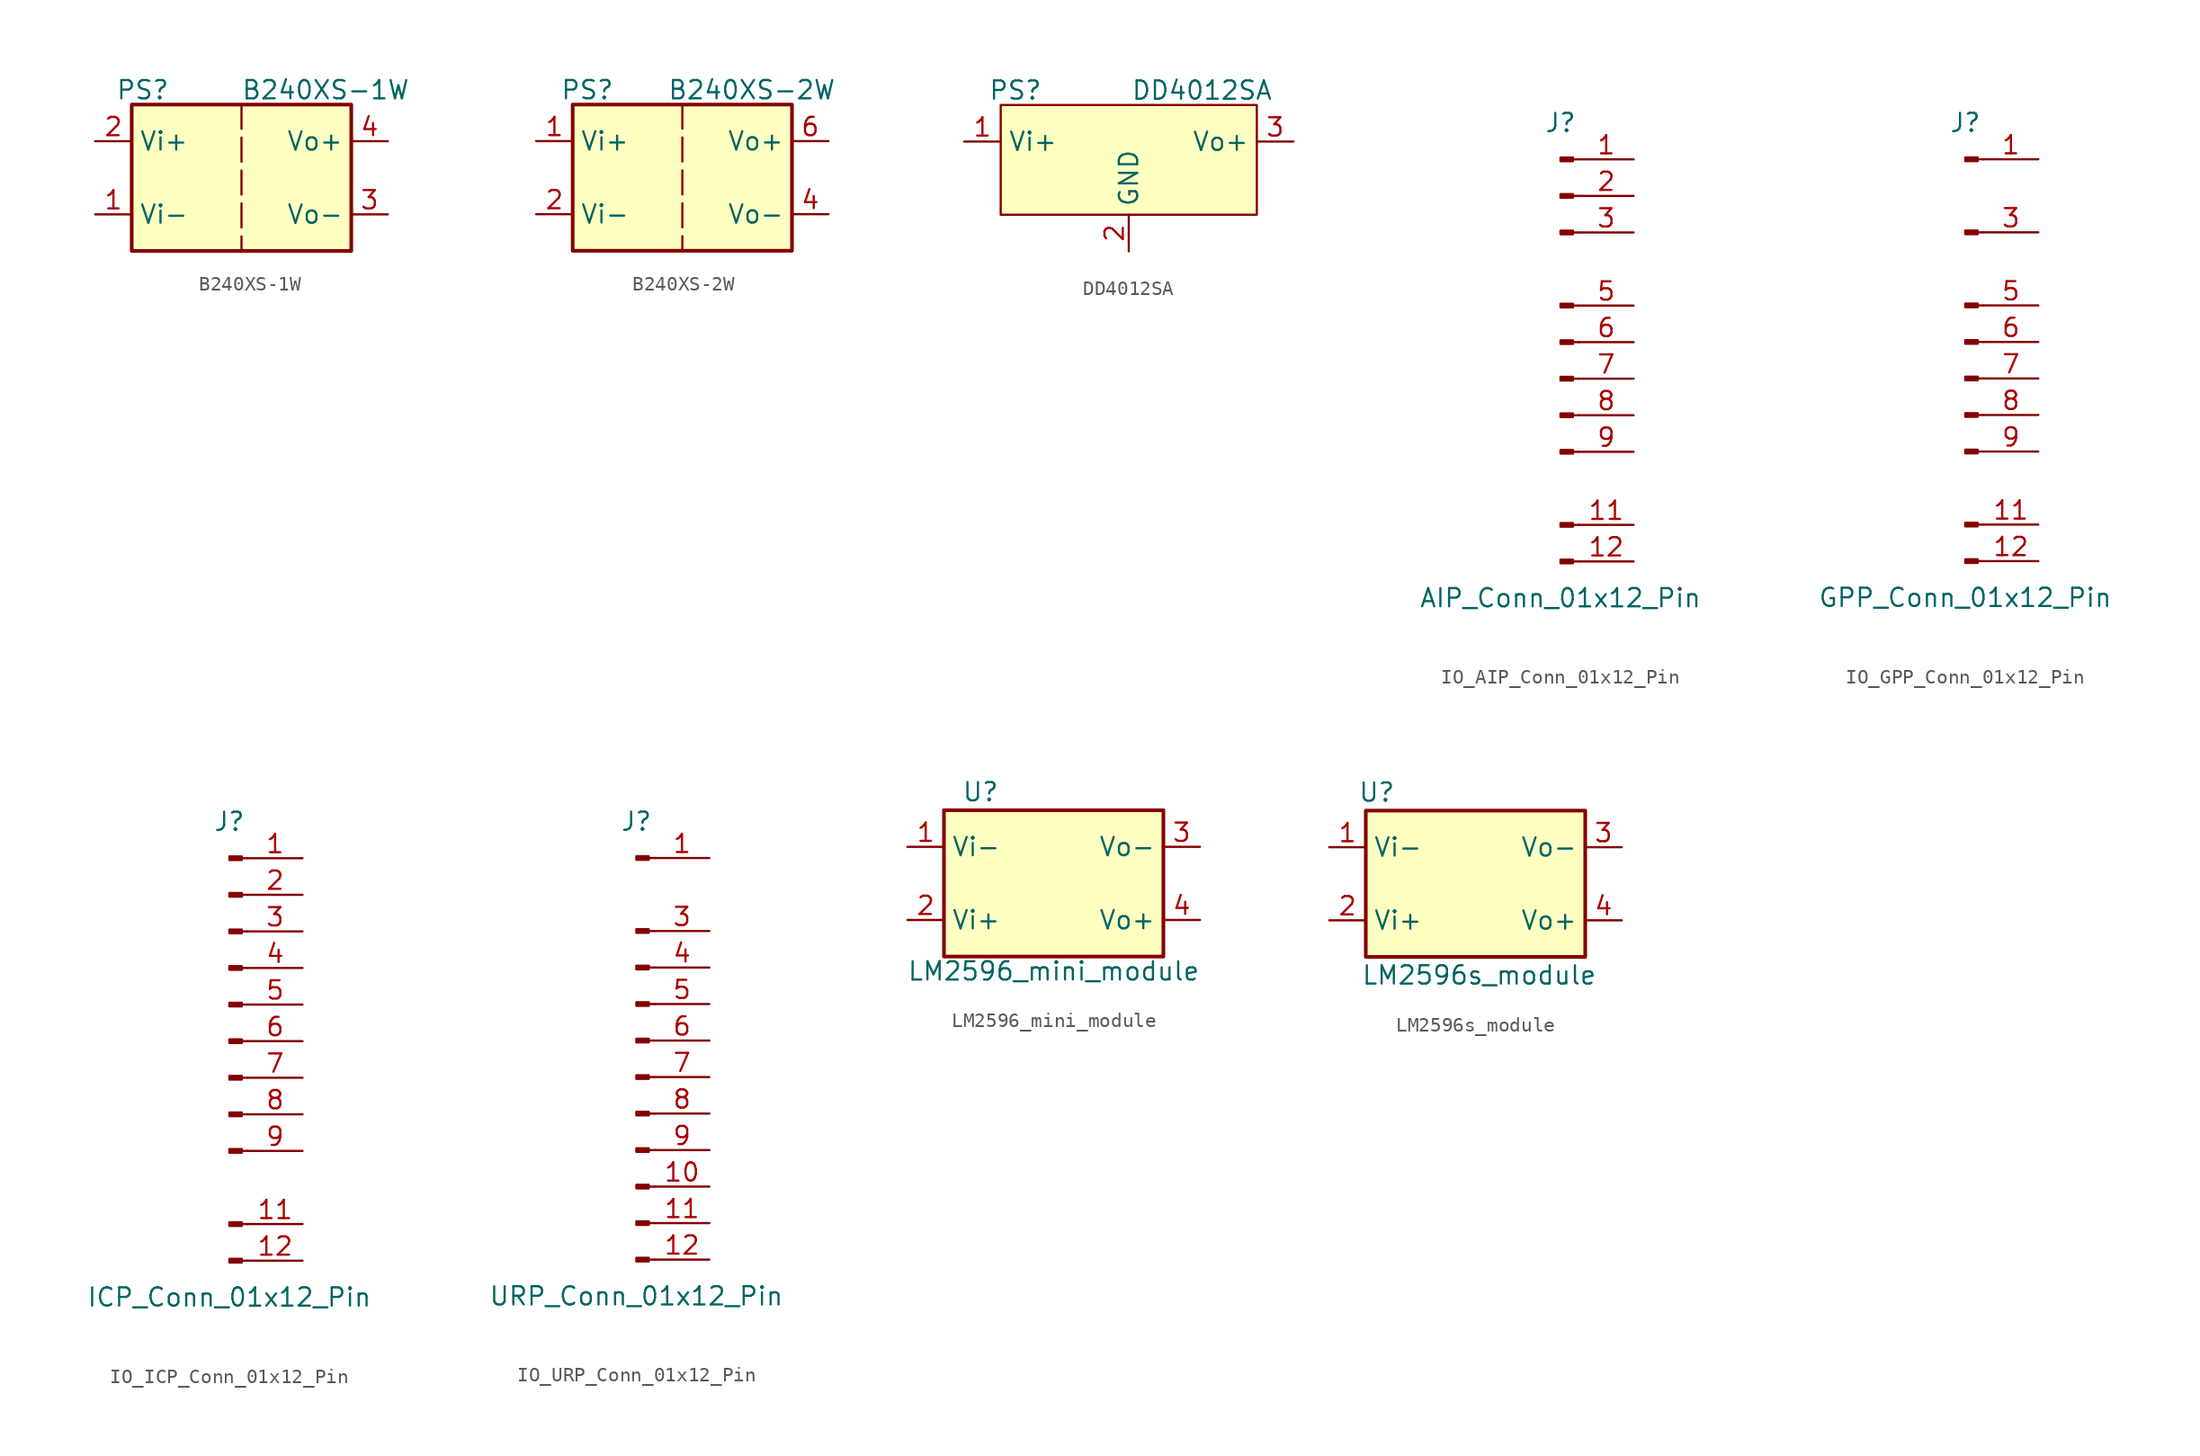
<source format=kicad_sym>
(kicad_symbol_lib
  (version 20241209)
  (generator "kicad_symbol_editor")
  (generator_version "9.0")
  (symbol "B240XS-1W"
    (property "Reference" "PS"
      (at -6.858 6.096 0)
      (effects (font (size 1.27 1.27))))
    (property "Value" "B240XS-1W"
      (at 5.842 6.096 0)
      (effects (font (size 1.27 1.27))))
    (symbol "B240XS-1W_1_1"
      (rectangle (start -7.62 5.08) (end 7.62 -5.08) (stroke (width 0.254) (type solid)) (fill (type background)))
      (polyline (pts (xy 0 5.08) (xy 0 -5.08)) (stroke (width 0) (type dash)) (fill (type none)))
      (pin power_in line (at -10.16 2.54 0) (length 2.54) (name "Vi+" (effects (font (size 1.27 1.27)))) (number "2" (effects (font (size 1.27 1.27)))))
      (pin power_in line (at -10.16 -2.54 0) (length 2.54) (name "Vi-" (effects (font (size 1.27 1.27)))) (number "1" (effects (font (size 1.27 1.27)))))
      (pin power_out line (at 10.16 2.54 180) (length 2.54) (name "Vo+" (effects (font (size 1.27 1.27)))) (number "4" (effects (font (size 1.27 1.27)))))
      (pin power_out line (at 10.16 -2.54 180) (length 2.54) (name "Vo-" (effects (font (size 1.27 1.27)))) (number "3" (effects (font (size 1.27 1.27)))))))
  (symbol "B240XS-2W"
    (property "Reference" "PS"
      (at -6.604 6.096 0)
      (effects (font (size 1.27 1.27))))
    (property "Value" "B240XS-2W"
      (at 4.826 6.096 0)
      (effects (font (size 1.27 1.27))))
    (symbol "B240XS-2W_1_1"
      (rectangle (start -7.62 5.08) (end 7.62 -5.08) (stroke (width 0.254) (type solid)) (fill (type background)))
      (polyline (pts (xy 0 5.08) (xy 0 -5.08)) (stroke (width 0) (type dash)) (fill (type none)))
      (pin power_in line (at -10.16 2.54 0) (length 2.54) (name "Vi+" (effects (font (size 1.27 1.27)))) (number "1" (effects (font (size 1.27 1.27)))))
      (pin power_in line (at -10.16 -2.54 0) (length 2.54) (name "Vi-" (effects (font (size 1.27 1.27)))) (number "2" (effects (font (size 1.27 1.27)))))
      (pin power_out line (at 10.16 2.54 180) (length 2.54) (name "Vo+" (effects (font (size 1.27 1.27)))) (number "6" (effects (font (size 1.27 1.27)))))
      (pin power_out line (at 10.16 -2.54 180) (length 2.54) (name "Vo-" (effects (font (size 1.27 1.27)))) (number "4" (effects (font (size 1.27 1.27)))))))
  (symbol "DD4012SA"
    (property "Reference" "PS"
      (at -7.874 3.556 0)
      (effects (font (size 1.27 1.27))))
    (property "Value" "DD4012SA"
      (at 5.08 3.556 0)
      (effects (font (size 1.27 1.27))))
    (symbol "DD4012SA_1_1"
      (rectangle (start -8.89 2.54) (end 8.89 -5.08) (stroke (width 0) (type solid)) (fill (type background)))
      (pin power_in line (at -11.43 0 0) (length 2.54) (name "Vi+" (effects (font (size 1.27 1.27)))) (number "1" (effects (font (size 1.27 1.27)))))
      (pin power_in line (at 0 -7.62 90) (length 2.54) (name "GND" (effects (font (size 1.27 1.27)))) (number "2" (effects (font (size 1.27 1.27)))))
      (pin power_out line (at 11.43 0 180) (length 2.54) (name "Vo+" (effects (font (size 1.27 1.27)))) (number "3" (effects (font (size 1.27 1.27)))))))
  (symbol "IO_AIP_Conn_01x12_Pin"
    (pin_names
      (offset 1.016)
      (hide yes))
    (property "Reference" "J"
      (at 0 15.24 0)
      (effects (font (size 1.27 1.27))))
    (property "Value" "AIP_Conn_01x12_Pin"
      (at 0 -17.78 0)
      (effects (font (size 1.27 1.27))))
    (symbol "IO_AIP_Conn_01x12_Pin_1_1"
      (rectangle (start 0.864 12.827) (end 0 12.573) (stroke (width 0.152) (type default)) (fill (type outline)))
      (rectangle (start 0.864 10.287) (end 0 10.033) (stroke (width 0.152) (type default)) (fill (type outline)))
      (rectangle (start 0.864 7.747) (end 0 7.493) (stroke (width 0.152) (type default)) (fill (type outline)))
      (rectangle (start 0.864 2.667) (end 0 2.413) (stroke (width 0.152) (type default)) (fill (type outline)))
      (rectangle (start 0.864 0.127) (end 0 -0.127) (stroke (width 0.152) (type default)) (fill (type outline)))
      (rectangle (start 0.864 -2.413) (end 0 -2.667) (stroke (width 0.152) (type default)) (fill (type outline)))
      (rectangle (start 0.864 -4.953) (end 0 -5.207) (stroke (width 0.152) (type default)) (fill (type outline)))
      (rectangle (start 0.864 -7.493) (end 0 -7.747) (stroke (width 0.152) (type default)) (fill (type outline)))
      (rectangle (start 0.864 -12.573) (end 0 -12.827) (stroke (width 0.152) (type default)) (fill (type outline)))
      (rectangle (start 0.864 -15.113) (end 0 -15.367) (stroke (width 0.152) (type default)) (fill (type outline)))
      (polyline (pts (xy 1.27 12.7) (xy 0.864 12.7)) (stroke (width 0.152) (type default)) (fill (type none)))
      (polyline (pts (xy 1.27 10.16) (xy 0.864 10.16)) (stroke (width 0.152) (type default)) (fill (type none)))
      (polyline (pts (xy 1.27 7.62) (xy 0.864 7.62)) (stroke (width 0.152) (type default)) (fill (type none)))
      (polyline (pts (xy 1.27 2.54) (xy 0.864 2.54)) (stroke (width 0.152) (type default)) (fill (type none)))
      (polyline (pts (xy 1.27 0) (xy 0.864 0)) (stroke (width 0.152) (type default)) (fill (type none)))
      (polyline (pts (xy 1.27 -2.54) (xy 0.864 -2.54)) (stroke (width 0.152) (type default)) (fill (type none)))
      (polyline (pts (xy 1.27 -5.08) (xy 0.864 -5.08)) (stroke (width 0.152) (type default)) (fill (type none)))
      (polyline (pts (xy 1.27 -7.62) (xy 0.864 -7.62)) (stroke (width 0.152) (type default)) (fill (type none)))
      (polyline (pts (xy 1.27 -12.7) (xy 0.864 -12.7)) (stroke (width 0.152) (type default)) (fill (type none)))
      (polyline (pts (xy 1.27 -15.24) (xy 0.864 -15.24)) (stroke (width 0.152) (type default)) (fill (type none)))
      (pin passive line (at 5.08 12.7 180) (length 3.81) (name "Pin_1" (effects (font (size 1.27 1.27)))) (number "1" (effects (font (size 1.27 1.27)))))
      (pin passive line (at 5.08 10.16 180) (length 3.81) (name "Pin_2" (effects (font (size 1.27 1.27)))) (number "2" (effects (font (size 1.27 1.27)))))
      (pin passive line (at 5.08 7.62 180) (length 3.81) (name "Pin_3" (effects (font (size 1.27 1.27)))) (number "3" (effects (font (size 1.27 1.27)))))
      (pin passive line (at 5.08 2.54 180) (length 3.81) (name "Pin_5" (effects (font (size 1.27 1.27)))) (number "5" (effects (font (size 1.27 1.27)))))
      (pin passive line (at 5.08 0 180) (length 3.81) (name "Pin_6" (effects (font (size 1.27 1.27)))) (number "6" (effects (font (size 1.27 1.27)))))
      (pin passive line (at 5.08 -2.54 180) (length 3.81) (name "Pin_7" (effects (font (size 1.27 1.27)))) (number "7" (effects (font (size 1.27 1.27)))))
      (pin passive line (at 5.08 -5.08 180) (length 3.81) (name "Pin_8" (effects (font (size 1.27 1.27)))) (number "8" (effects (font (size 1.27 1.27)))))
      (pin passive line (at 5.08 -7.62 180) (length 3.81) (name "Pin_9" (effects (font (size 1.27 1.27)))) (number "9" (effects (font (size 1.27 1.27)))))
      (pin passive line (at 5.08 -12.7 180) (length 3.81) (name "Pin_11" (effects (font (size 1.27 1.27)))) (number "11" (effects (font (size 1.27 1.27)))))
      (pin passive line (at 5.08 -15.24 180) (length 3.81) (name "Pin_12" (effects (font (size 1.27 1.27)))) (number "12" (effects (font (size 1.27 1.27)))))))
  (symbol "IO_GPP_Conn_01x12_Pin"
    (pin_names
      (offset 1.016)
      (hide yes))
    (property "Reference" "J"
      (at 0 15.24 0)
      (effects (font (size 1.27 1.27))))
    (property "Value" "GPP_Conn_01x12_Pin"
      (at 0 -17.78 0)
      (effects (font (size 1.27 1.27))))
    (symbol "IO_GPP_Conn_01x12_Pin_1_1"
      (rectangle (start 0.864 12.827) (end 0 12.573) (stroke (width 0.152) (type default)) (fill (type outline)))
      (rectangle (start 0.864 7.747) (end 0 7.493) (stroke (width 0.152) (type default)) (fill (type outline)))
      (rectangle (start 0.864 2.667) (end 0 2.413) (stroke (width 0.152) (type default)) (fill (type outline)))
      (rectangle (start 0.864 0.127) (end 0 -0.127) (stroke (width 0.152) (type default)) (fill (type outline)))
      (rectangle (start 0.864 -2.413) (end 0 -2.667) (stroke (width 0.152) (type default)) (fill (type outline)))
      (rectangle (start 0.864 -4.953) (end 0 -5.207) (stroke (width 0.152) (type default)) (fill (type outline)))
      (rectangle (start 0.864 -7.493) (end 0 -7.747) (stroke (width 0.152) (type default)) (fill (type outline)))
      (rectangle (start 0.864 -12.573) (end 0 -12.827) (stroke (width 0.152) (type default)) (fill (type outline)))
      (rectangle (start 0.864 -15.113) (end 0 -15.367) (stroke (width 0.152) (type default)) (fill (type outline)))
      (polyline (pts (xy 1.27 12.7) (xy 0.864 12.7)) (stroke (width 0.152) (type default)) (fill (type none)))
      (polyline (pts (xy 1.27 7.62) (xy 0.864 7.62)) (stroke (width 0.152) (type default)) (fill (type none)))
      (polyline (pts (xy 1.27 2.54) (xy 0.864 2.54)) (stroke (width 0.152) (type default)) (fill (type none)))
      (polyline (pts (xy 1.27 0) (xy 0.864 0)) (stroke (width 0.152) (type default)) (fill (type none)))
      (polyline (pts (xy 1.27 -2.54) (xy 0.864 -2.54)) (stroke (width 0.152) (type default)) (fill (type none)))
      (polyline (pts (xy 1.27 -5.08) (xy 0.864 -5.08)) (stroke (width 0.152) (type default)) (fill (type none)))
      (polyline (pts (xy 1.27 -7.62) (xy 0.864 -7.62)) (stroke (width 0.152) (type default)) (fill (type none)))
      (polyline (pts (xy 1.27 -12.7) (xy 0.864 -12.7)) (stroke (width 0.152) (type default)) (fill (type none)))
      (polyline (pts (xy 1.27 -15.24) (xy 0.864 -15.24)) (stroke (width 0.152) (type default)) (fill (type none)))
      (pin passive line (at 5.08 12.7 180) (length 3.81) (name "Pin_1" (effects (font (size 1.27 1.27)))) (number "1" (effects (font (size 1.27 1.27)))))
      (pin passive line (at 5.08 7.62 180) (length 3.81) (name "Pin_3" (effects (font (size 1.27 1.27)))) (number "3" (effects (font (size 1.27 1.27)))))
      (pin passive line (at 5.08 2.54 180) (length 3.81) (name "Pin_5" (effects (font (size 1.27 1.27)))) (number "5" (effects (font (size 1.27 1.27)))))
      (pin passive line (at 5.08 0 180) (length 3.81) (name "Pin_6" (effects (font (size 1.27 1.27)))) (number "6" (effects (font (size 1.27 1.27)))))
      (pin passive line (at 5.08 -2.54 180) (length 3.81) (name "Pin_7" (effects (font (size 1.27 1.27)))) (number "7" (effects (font (size 1.27 1.27)))))
      (pin passive line (at 5.08 -5.08 180) (length 3.81) (name "Pin_8" (effects (font (size 1.27 1.27)))) (number "8" (effects (font (size 1.27 1.27)))))
      (pin passive line (at 5.08 -7.62 180) (length 3.81) (name "Pin_9" (effects (font (size 1.27 1.27)))) (number "9" (effects (font (size 1.27 1.27)))))
      (pin passive line (at 5.08 -12.7 180) (length 3.81) (name "Pin_11" (effects (font (size 1.27 1.27)))) (number "11" (effects (font (size 1.27 1.27)))))
      (pin passive line (at 5.08 -15.24 180) (length 3.81) (name "Pin_12" (effects (font (size 1.27 1.27)))) (number "12" (effects (font (size 1.27 1.27)))))))
  (symbol "IO_ICP_Conn_01x12_Pin"
    (pin_names
      (offset 1.016)
      (hide yes))
    (property "Reference" "J"
      (at 0 15.24 0)
      (effects (font (size 1.27 1.27))))
    (property "Value" "ICP_Conn_01x12_Pin"
      (at 0 -17.78 0)
      (effects (font (size 1.27 1.27))))
    (symbol "IO_ICP_Conn_01x12_Pin_1_1"
      (rectangle (start 0.864 12.827) (end 0 12.573) (stroke (width 0.152) (type default)) (fill (type outline)))
      (rectangle (start 0.864 10.287) (end 0 10.033) (stroke (width 0.152) (type default)) (fill (type outline)))
      (rectangle (start 0.864 7.747) (end 0 7.493) (stroke (width 0.152) (type default)) (fill (type outline)))
      (rectangle (start 0.864 5.207) (end 0 4.953) (stroke (width 0.152) (type default)) (fill (type outline)))
      (rectangle (start 0.864 2.667) (end 0 2.413) (stroke (width 0.152) (type default)) (fill (type outline)))
      (rectangle (start 0.864 0.127) (end 0 -0.127) (stroke (width 0.152) (type default)) (fill (type outline)))
      (rectangle (start 0.864 -2.413) (end 0 -2.667) (stroke (width 0.152) (type default)) (fill (type outline)))
      (rectangle (start 0.864 -4.953) (end 0 -5.207) (stroke (width 0.152) (type default)) (fill (type outline)))
      (rectangle (start 0.864 -7.493) (end 0 -7.747) (stroke (width 0.152) (type default)) (fill (type outline)))
      (rectangle (start 0.864 -12.573) (end 0 -12.827) (stroke (width 0.152) (type default)) (fill (type outline)))
      (rectangle (start 0.864 -15.113) (end 0 -15.367) (stroke (width 0.152) (type default)) (fill (type outline)))
      (polyline (pts (xy 1.27 12.7) (xy 0.864 12.7)) (stroke (width 0.152) (type default)) (fill (type none)))
      (polyline (pts (xy 1.27 10.16) (xy 0.864 10.16)) (stroke (width 0.152) (type default)) (fill (type none)))
      (polyline (pts (xy 1.27 7.62) (xy 0.864 7.62)) (stroke (width 0.152) (type default)) (fill (type none)))
      (polyline (pts (xy 1.27 5.08) (xy 0.864 5.08)) (stroke (width 0.152) (type default)) (fill (type none)))
      (polyline (pts (xy 1.27 2.54) (xy 0.864 2.54)) (stroke (width 0.152) (type default)) (fill (type none)))
      (polyline (pts (xy 1.27 0) (xy 0.864 0)) (stroke (width 0.152) (type default)) (fill (type none)))
      (polyline (pts (xy 1.27 -2.54) (xy 0.864 -2.54)) (stroke (width 0.152) (type default)) (fill (type none)))
      (polyline (pts (xy 1.27 -5.08) (xy 0.864 -5.08)) (stroke (width 0.152) (type default)) (fill (type none)))
      (polyline (pts (xy 1.27 -7.62) (xy 0.864 -7.62)) (stroke (width 0.152) (type default)) (fill (type none)))
      (polyline (pts (xy 1.27 -12.7) (xy 0.864 -12.7)) (stroke (width 0.152) (type default)) (fill (type none)))
      (polyline (pts (xy 1.27 -15.24) (xy 0.864 -15.24)) (stroke (width 0.152) (type default)) (fill (type none)))
      (pin passive line (at 5.08 12.7 180) (length 3.81) (name "Pin_1" (effects (font (size 1.27 1.27)))) (number "1" (effects (font (size 1.27 1.27)))))
      (pin passive line (at 5.08 10.16 180) (length 3.81) (name "Pin_2" (effects (font (size 1.27 1.27)))) (number "2" (effects (font (size 1.27 1.27)))))
      (pin passive line (at 5.08 7.62 180) (length 3.81) (name "Pin_3" (effects (font (size 1.27 1.27)))) (number "3" (effects (font (size 1.27 1.27)))))
      (pin passive line (at 5.08 5.08 180) (length 3.81) (name "Pin_4" (effects (font (size 1.27 1.27)))) (number "4" (effects (font (size 1.27 1.27)))))
      (pin passive line (at 5.08 2.54 180) (length 3.81) (name "Pin_5" (effects (font (size 1.27 1.27)))) (number "5" (effects (font (size 1.27 1.27)))))
      (pin passive line (at 5.08 0 180) (length 3.81) (name "Pin_6" (effects (font (size 1.27 1.27)))) (number "6" (effects (font (size 1.27 1.27)))))
      (pin passive line (at 5.08 -2.54 180) (length 3.81) (name "Pin_7" (effects (font (size 1.27 1.27)))) (number "7" (effects (font (size 1.27 1.27)))))
      (pin passive line (at 5.08 -5.08 180) (length 3.81) (name "Pin_8" (effects (font (size 1.27 1.27)))) (number "8" (effects (font (size 1.27 1.27)))))
      (pin passive line (at 5.08 -7.62 180) (length 3.81) (name "Pin_9" (effects (font (size 1.27 1.27)))) (number "9" (effects (font (size 1.27 1.27)))))
      (pin passive line (at 5.08 -12.7 180) (length 3.81) (name "Pin_11" (effects (font (size 1.27 1.27)))) (number "11" (effects (font (size 1.27 1.27)))))
      (pin passive line (at 5.08 -15.24 180) (length 3.81) (name "Pin_12" (effects (font (size 1.27 1.27)))) (number "12" (effects (font (size 1.27 1.27)))))))
  (symbol "IO_URP_Conn_01x12_Pin"
    (pin_names
      (offset 1.016)
      (hide yes))
    (property "Reference" "J"
      (at 0 15.24 0)
      (effects (font (size 1.27 1.27))))
    (property "Value" "URP_Conn_01x12_Pin"
      (at 0 -17.78 0)
      (effects (font (size 1.27 1.27))))
    (symbol "IO_URP_Conn_01x12_Pin_1_1"
      (rectangle (start 0.864 12.827) (end 0 12.573) (stroke (width 0.152) (type default)) (fill (type outline)))
      (rectangle (start 0.864 7.747) (end 0 7.493) (stroke (width 0.152) (type default)) (fill (type outline)))
      (rectangle (start 0.864 5.207) (end 0 4.953) (stroke (width 0.152) (type default)) (fill (type outline)))
      (rectangle (start 0.864 2.667) (end 0 2.413) (stroke (width 0.152) (type default)) (fill (type outline)))
      (rectangle (start 0.864 0.127) (end 0 -0.127) (stroke (width 0.152) (type default)) (fill (type outline)))
      (rectangle (start 0.864 -2.413) (end 0 -2.667) (stroke (width 0.152) (type default)) (fill (type outline)))
      (rectangle (start 0.864 -4.953) (end 0 -5.207) (stroke (width 0.152) (type default)) (fill (type outline)))
      (rectangle (start 0.864 -7.493) (end 0 -7.747) (stroke (width 0.152) (type default)) (fill (type outline)))
      (rectangle (start 0.864 -10.033) (end 0 -10.287) (stroke (width 0.152) (type default)) (fill (type outline)))
      (rectangle (start 0.864 -12.573) (end 0 -12.827) (stroke (width 0.152) (type default)) (fill (type outline)))
      (rectangle (start 0.864 -15.113) (end 0 -15.367) (stroke (width 0.152) (type default)) (fill (type outline)))
      (polyline (pts (xy 1.27 12.7) (xy 0.864 12.7)) (stroke (width 0.152) (type default)) (fill (type none)))
      (polyline (pts (xy 1.27 7.62) (xy 0.864 7.62)) (stroke (width 0.152) (type default)) (fill (type none)))
      (polyline (pts (xy 1.27 5.08) (xy 0.864 5.08)) (stroke (width 0.152) (type default)) (fill (type none)))
      (polyline (pts (xy 1.27 2.54) (xy 0.864 2.54)) (stroke (width 0.152) (type default)) (fill (type none)))
      (polyline (pts (xy 1.27 0) (xy 0.864 0)) (stroke (width 0.152) (type default)) (fill (type none)))
      (polyline (pts (xy 1.27 -2.54) (xy 0.864 -2.54)) (stroke (width 0.152) (type default)) (fill (type none)))
      (polyline (pts (xy 1.27 -5.08) (xy 0.864 -5.08)) (stroke (width 0.152) (type default)) (fill (type none)))
      (polyline (pts (xy 1.27 -7.62) (xy 0.864 -7.62)) (stroke (width 0.152) (type default)) (fill (type none)))
      (polyline (pts (xy 1.27 -10.16) (xy 0.864 -10.16)) (stroke (width 0.152) (type default)) (fill (type none)))
      (polyline (pts (xy 1.27 -12.7) (xy 0.864 -12.7)) (stroke (width 0.152) (type default)) (fill (type none)))
      (polyline (pts (xy 1.27 -15.24) (xy 0.864 -15.24)) (stroke (width 0.152) (type default)) (fill (type none)))
      (pin passive line (at 5.08 12.7 180) (length 3.81) (name "Pin_1" (effects (font (size 1.27 1.27)))) (number "1" (effects (font (size 1.27 1.27)))))
      (pin passive line (at 5.08 7.62 180) (length 3.81) (name "Pin_3" (effects (font (size 1.27 1.27)))) (number "3" (effects (font (size 1.27 1.27)))))
      (pin passive line (at 5.08 5.08 180) (length 3.81) (name "Pin_4" (effects (font (size 1.27 1.27)))) (number "4" (effects (font (size 1.27 1.27)))))
      (pin passive line (at 5.08 2.54 180) (length 3.81) (name "Pin_5" (effects (font (size 1.27 1.27)))) (number "5" (effects (font (size 1.27 1.27)))))
      (pin passive line (at 5.08 0 180) (length 3.81) (name "Pin_6" (effects (font (size 1.27 1.27)))) (number "6" (effects (font (size 1.27 1.27)))))
      (pin passive line (at 5.08 -2.54 180) (length 3.81) (name "Pin_7" (effects (font (size 1.27 1.27)))) (number "7" (effects (font (size 1.27 1.27)))))
      (pin passive line (at 5.08 -5.08 180) (length 3.81) (name "Pin_8" (effects (font (size 1.27 1.27)))) (number "8" (effects (font (size 1.27 1.27)))))
      (pin passive line (at 5.08 -7.62 180) (length 3.81) (name "Pin_9" (effects (font (size 1.27 1.27)))) (number "9" (effects (font (size 1.27 1.27)))))
      (pin passive line (at 5.08 -10.16 180) (length 3.81) (name "Pin_10" (effects (font (size 1.27 1.27)))) (number "10" (effects (font (size 1.27 1.27)))))
      (pin passive line (at 5.08 -12.7 180) (length 3.81) (name "Pin_11" (effects (font (size 1.27 1.27)))) (number "11" (effects (font (size 1.27 1.27)))))
      (pin passive line (at 5.08 -15.24 180) (length 3.81) (name "Pin_12" (effects (font (size 1.27 1.27)))) (number "12" (effects (font (size 1.27 1.27)))))))
  (symbol "LM2596_mini_module"
    (property "Reference" "U"
      (at -5.08 6.35 0)
      (effects (font (size 1.27 1.27))))
    (property "Value" "LM2596_mini_module"
      (at 0 -6.096 0)
      (effects (font (size 1.27 1.27))))
    (symbol "LM2596_mini_module_1_1"
      (rectangle (start -7.62 5.08) (end 7.62 -5.08) (stroke (width 0.254) (type solid)) (fill (type background)))
      (pin power_in line (at -10.16 2.54 0) (length 2.54) (name "Vi-" (effects (font (size 1.27 1.27)))) (number "1" (effects (font (size 1.27 1.27)))))
      (pin power_in line (at -10.16 -2.54 0) (length 2.54) (name "Vi+" (effects (font (size 1.27 1.27)))) (number "2" (effects (font (size 1.27 1.27)))))
      (pin power_out line (at 10.16 2.54 180) (length 2.54) (name "Vo-" (effects (font (size 1.27 1.27)))) (number "3" (effects (font (size 1.27 1.27)))))
      (pin power_out line (at 10.16 -2.54 180) (length 2.54) (name "Vo+" (effects (font (size 1.27 1.27)))) (number "4" (effects (font (size 1.27 1.27)))))))
  (symbol "LM2596s_module"
    (property "Reference" "U"
      (at -6.858 6.35 0)
      (effects (font (size 1.27 1.27))))
    (property "Value" "LM2596s_module"
      (at 0.254 -6.35 0)
      (effects (font (size 1.27 1.27))))
    (symbol "LM2596s_module_1_1"
      (rectangle (start -7.62 5.08) (end 7.62 -5.08) (stroke (width 0.254) (type solid)) (fill (type background)))
      (pin power_in line (at -10.16 2.54 0) (length 2.54) (name "Vi-" (effects (font (size 1.27 1.27)))) (number "1" (effects (font (size 1.27 1.27)))))
      (pin power_in line (at -10.16 -2.54 0) (length 2.54) (name "Vi+" (effects (font (size 1.27 1.27)))) (number "2" (effects (font (size 1.27 1.27)))))
      (pin power_out line (at 10.16 2.54 180) (length 2.54) (name "Vo-" (effects (font (size 1.27 1.27)))) (number "3" (effects (font (size 1.27 1.27)))))
      (pin power_out line (at 10.16 -2.54 180) (length 2.54) (name "Vo+" (effects (font (size 1.27 1.27)))) (number "4" (effects (font (size 1.27 1.27))))))))
</source>
